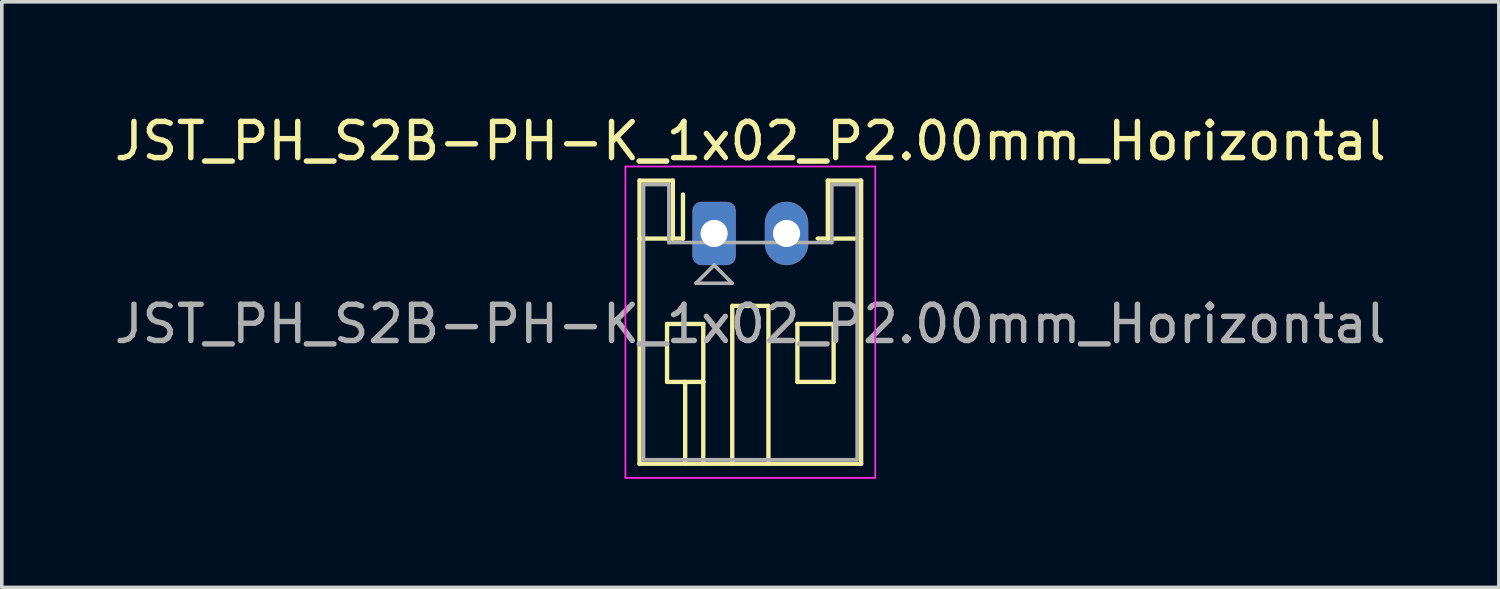
<source format=kicad_pcb>
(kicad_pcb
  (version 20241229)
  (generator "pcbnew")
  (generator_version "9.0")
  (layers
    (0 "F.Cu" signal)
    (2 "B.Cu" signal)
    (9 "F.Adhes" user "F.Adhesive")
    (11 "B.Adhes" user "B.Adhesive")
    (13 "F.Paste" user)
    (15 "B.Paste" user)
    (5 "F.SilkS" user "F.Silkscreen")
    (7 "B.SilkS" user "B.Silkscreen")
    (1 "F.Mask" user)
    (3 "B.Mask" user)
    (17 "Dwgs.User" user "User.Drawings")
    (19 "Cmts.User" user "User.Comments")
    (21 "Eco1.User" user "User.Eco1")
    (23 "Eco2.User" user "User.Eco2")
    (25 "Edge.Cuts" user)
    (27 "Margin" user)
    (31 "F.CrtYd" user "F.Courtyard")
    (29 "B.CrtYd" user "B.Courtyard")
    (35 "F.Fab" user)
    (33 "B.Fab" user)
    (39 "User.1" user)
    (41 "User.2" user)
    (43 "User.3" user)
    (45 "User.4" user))
  (footprint "JST_PH_S2B-PH-K_1x02_P2.00mm_Horizontal"
    (layer "F.Cu")
    (at 16.673 3.398)
    (property "Reference" "JST_PH_S2B-PH-K_1x02_P2.00mm_Horizontal" (at 1 -2.55 180) (layer "F.SilkS") (effects (font (size 1 1) (thickness 0.15))))
    (attr through_hole)
    (fp_line (start -2.06 -1.46) (end -2.06 6.36) (stroke (width 0.12) (type solid)) (layer "F.SilkS"))
    (fp_line (start -2.06 0.14) (end -1.14 0.14) (stroke (width 0.12) (type solid)) (layer "F.SilkS"))
    (fp_line (start -2.06 6.36) (end 4.06 6.36) (stroke (width 0.12) (type solid)) (layer "F.SilkS"))
    (fp_line (start -1.3 2.5) (end -1.3 4.1) (stroke (width 0.12) (type solid)) (layer "F.SilkS"))
    (fp_line (start -1.3 4.1) (end -0.3 4.1) (stroke (width 0.12) (type solid)) (layer "F.SilkS"))
    (fp_line (start -1.14 -1.46) (end -2.06 -1.46) (stroke (width 0.12) (type solid)) (layer "F.SilkS"))
    (fp_line (start -1.14 0.14) (end -1.14 -1.46) (stroke (width 0.12) (type solid)) (layer "F.SilkS"))
    (fp_line (start -0.86 0.14) (end -1.14 0.14) (stroke (width 0.12) (type solid)) (layer "F.SilkS"))
    (fp_line (start -0.86 0.14) (end -0.86 -1.075) (stroke (width 0.12) (type solid)) (layer "F.SilkS"))
    (fp_line (start -0.8 4.1) (end -0.8 6.36) (stroke (width 0.12) (type solid)) (layer "F.SilkS"))
    (fp_line (start -0.3 2.5) (end -1.3 2.5) (stroke (width 0.12) (type solid)) (layer "F.SilkS"))
    (fp_line (start -0.3 4.1) (end -0.3 2.5) (stroke (width 0.12) (type solid)) (layer "F.SilkS"))
    (fp_line (start -0.3 4.1) (end -0.3 6.36) (stroke (width 0.12) (type solid)) (layer "F.SilkS"))
    (fp_line (start 0.5 2) (end 1.5 2) (stroke (width 0.12) (type solid)) (layer "F.SilkS"))
    (fp_line (start 0.5 6.36) (end 0.5 2) (stroke (width 0.12) (type solid)) (layer "F.SilkS"))
    (fp_line (start 1.5 2) (end 1.5 6.36) (stroke (width 0.12) (type solid)) (layer "F.SilkS"))
    (fp_line (start 2.3 2.5) (end 3.3 2.5) (stroke (width 0.12) (type solid)) (layer "F.SilkS"))
    (fp_line (start 2.3 4.1) (end 2.3 2.5) (stroke (width 0.12) (type solid)) (layer "F.SilkS"))
    (fp_line (start 3.14 -1.46) (end 3.14 0.14) (stroke (width 0.12) (type solid)) (layer "F.SilkS"))
    (fp_line (start 3.14 0.14) (end 2.86 0.14) (stroke (width 0.12) (type solid)) (layer "F.SilkS"))
    (fp_line (start 3.3 2.5) (end 3.3 4.1) (stroke (width 0.12) (type solid)) (layer "F.SilkS"))
    (fp_line (start 3.3 4.1) (end 2.3 4.1) (stroke (width 0.12) (type solid)) (layer "F.SilkS"))
    (fp_line (start 4.06 -1.46) (end 3.14 -1.46) (stroke (width 0.12) (type solid)) (layer "F.SilkS"))
    (fp_line (start 4.06 0.14) (end 3.14 0.14) (stroke (width 0.12) (type solid)) (layer "F.SilkS"))
    (fp_line (start 4.06 6.36) (end 4.06 -1.46) (stroke (width 0.12) (type solid)) (layer "F.SilkS"))
    (fp_line (start -2.45 -1.85) (end -2.45 6.75) (stroke (width 0.05) (type solid)) (layer "F.CrtYd"))
    (fp_line (start -2.45 6.75) (end 4.45 6.75) (stroke (width 0.05) (type solid)) (layer "F.CrtYd"))
    (fp_line (start 4.45 -1.85) (end -2.45 -1.85) (stroke (width 0.05) (type solid)) (layer "F.CrtYd"))
    (fp_line (start 4.45 6.75) (end 4.45 -1.85) (stroke (width 0.05) (type solid)) (layer "F.CrtYd"))
    (fp_line (start -1.95 -1.35) (end -1.95 6.25) (stroke (width 0.1) (type solid)) (layer "F.Fab"))
    (fp_line (start -1.95 6.25) (end 3.95 6.25) (stroke (width 0.1) (type solid)) (layer "F.Fab"))
    (fp_line (start -1.25 -1.35) (end -1.95 -1.35) (stroke (width 0.1) (type solid)) (layer "F.Fab"))
    (fp_line (start -1.25 0.25) (end -1.25 -1.35) (stroke (width 0.1) (type solid)) (layer "F.Fab"))
    (fp_line (start -0.5 1.375) (end 0.5 1.375) (stroke (width 0.1) (type solid)) (layer "F.Fab"))
    (fp_line (start 0 0.875) (end -0.5 1.375) (stroke (width 0.1) (type solid)) (layer "F.Fab"))
    (fp_line (start 0.5 1.375) (end 0 0.875) (stroke (width 0.1) (type solid)) (layer "F.Fab"))
    (fp_line (start 3.25 -1.35) (end 3.25 0.25) (stroke (width 0.1) (type solid)) (layer "F.Fab"))
    (fp_line (start 3.25 0.25) (end -1.25 0.25) (stroke (width 0.1) (type solid)) (layer "F.Fab"))
    (fp_line (start 3.95 -1.35) (end 3.25 -1.35) (stroke (width 0.1) (type solid)) (layer "F.Fab"))
    (fp_line (start 3.95 6.25) (end 3.95 -1.35) (stroke (width 0.1) (type solid)) (layer "F.Fab"))
    (fp_text user "${REFERENCE}" (at 1 2.5 180) (layer "F.Fab") (effects (font (size 1 1) (thickness 0.15))))
    (pad "1" thru_hole roundrect (at 0 0) (size 1.2 1.75) (drill 0.75) (layers "*.Cu" "*.Mask") (roundrect_rratio 0.208))
    (pad "2" thru_hole oval (at 2 0) (size 1.2 1.75) (drill 0.75) (layers "*.Cu" "*.Mask")))
  (gr_rect
    (start -3 -3)
    (end 38.345 13.173)
    (stroke (width 0.1) (type default))
    (fill no)
    (layer "Edge.Cuts")))
</source>
